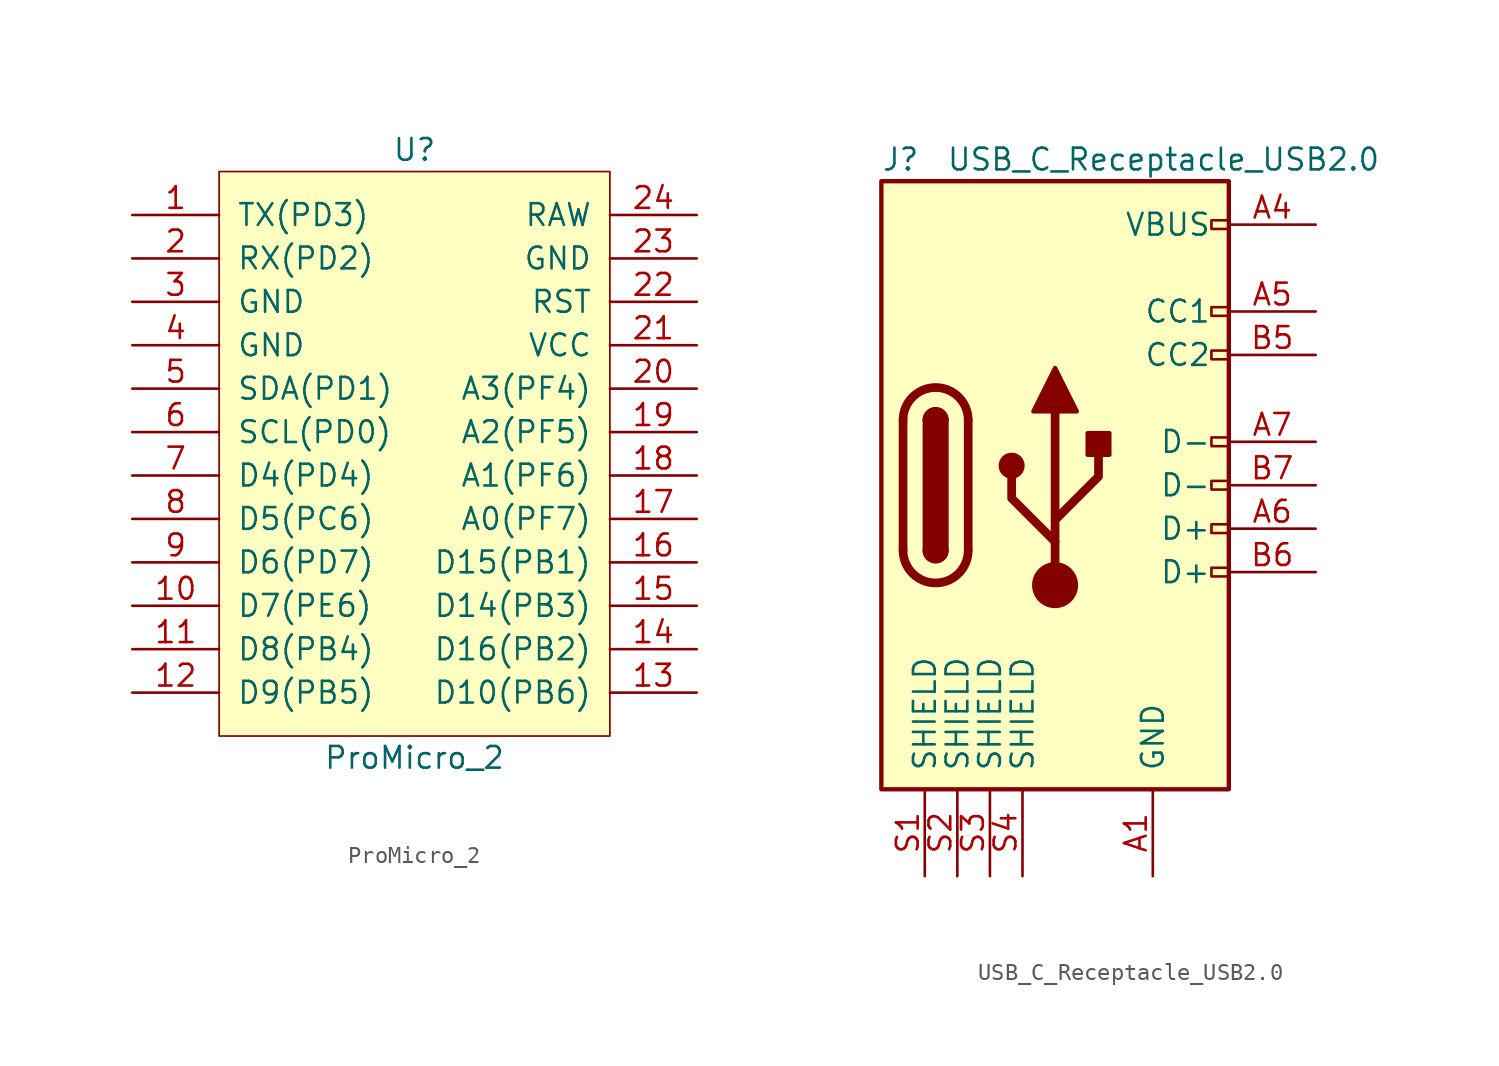
<source format=kicad_sym>
(kicad_symbol_lib
  (version 20201005)
  (generator kicad_symbol_editor)
  (symbol "mikoto:ProMicro_2"
    (pin_names
      (offset 1.016))
    (property "Reference" "U"
      (at 0 17.78 0)
      (effects (font (size 1.27 1.27))))
    (property "Value" "ProMicro_2"
      (at 0 -17.78 0)
      (effects (font (size 1.27 1.27))))
    (symbol "ProMicro_2_0_1"
      (rectangle (start -11.43 16.51) (end 11.43 -16.51) (stroke (width 0.1)) (fill (type background))))
    (symbol "ProMicro_2_1_1"
      (pin input line (at -16.51 13.97 0) (length 5.08) (name "TX(PD3)" (effects (font (size 1.27 1.27)))) (number "1" (effects (font (size 1.27 1.27)))))
      (pin input line (at -16.51 -8.89 0) (length 5.08) (name "D7(PE6)" (effects (font (size 1.27 1.27)))) (number "10" (effects (font (size 1.27 1.27)))))
      (pin input line (at -16.51 -11.43 0) (length 5.08) (name "D8(PB4)" (effects (font (size 1.27 1.27)))) (number "11" (effects (font (size 1.27 1.27)))))
      (pin input line (at -16.51 -13.97 0) (length 5.08) (name "D9(PB5)" (effects (font (size 1.27 1.27)))) (number "12" (effects (font (size 1.27 1.27)))))
      (pin input line (at 16.51 -13.97 180) (length 5.08) (name "D10(PB6)" (effects (font (size 1.27 1.27)))) (number "13" (effects (font (size 1.27 1.27)))))
      (pin input line (at 16.51 -11.43 180) (length 5.08) (name "D16(PB2)" (effects (font (size 1.27 1.27)))) (number "14" (effects (font (size 1.27 1.27)))))
      (pin input line (at 16.51 -8.89 180) (length 5.08) (name "D14(PB3)" (effects (font (size 1.27 1.27)))) (number "15" (effects (font (size 1.27 1.27)))))
      (pin input line (at 16.51 -6.35 180) (length 5.08) (name "D15(PB1)" (effects (font (size 1.27 1.27)))) (number "16" (effects (font (size 1.27 1.27)))))
      (pin input line (at 16.51 -3.81 180) (length 5.08) (name "A0(PF7)" (effects (font (size 1.27 1.27)))) (number "17" (effects (font (size 1.27 1.27)))))
      (pin input line (at 16.51 -1.27 180) (length 5.08) (name "A1(PF6)" (effects (font (size 1.27 1.27)))) (number "18" (effects (font (size 1.27 1.27)))))
      (pin input line (at 16.51 1.27 180) (length 5.08) (name "A2(PF5)" (effects (font (size 1.27 1.27)))) (number "19" (effects (font (size 1.27 1.27)))))
      (pin input line (at -16.51 11.43 0) (length 5.08) (name "RX(PD2)" (effects (font (size 1.27 1.27)))) (number "2" (effects (font (size 1.27 1.27)))))
      (pin input line (at 16.51 3.81 180) (length 5.08) (name "A3(PF4)" (effects (font (size 1.27 1.27)))) (number "20" (effects (font (size 1.27 1.27)))))
      (pin input line (at 16.51 6.35 180) (length 5.08) (name "VCC" (effects (font (size 1.27 1.27)))) (number "21" (effects (font (size 1.27 1.27)))))
      (pin input line (at 16.51 8.89 180) (length 5.08) (name "RST" (effects (font (size 1.27 1.27)))) (number "22" (effects (font (size 1.27 1.27)))))
      (pin input line (at 16.51 11.43 180) (length 5.08) (name "GND" (effects (font (size 1.27 1.27)))) (number "23" (effects (font (size 1.27 1.27)))))
      (pin input line (at 16.51 13.97 180) (length 5.08) (name "RAW" (effects (font (size 1.27 1.27)))) (number "24" (effects (font (size 1.27 1.27)))))
      (pin input line (at -16.51 8.89 0) (length 5.08) (name "GND" (effects (font (size 1.27 1.27)))) (number "3" (effects (font (size 1.27 1.27)))))
      (pin input line (at -16.51 6.35 0) (length 5.08) (name "GND" (effects (font (size 1.27 1.27)))) (number "4" (effects (font (size 1.27 1.27)))))
      (pin input line (at -16.51 3.81 0) (length 5.08) (name "SDA(PD1)" (effects (font (size 1.27 1.27)))) (number "5" (effects (font (size 1.27 1.27)))))
      (pin input line (at -16.51 1.27 0) (length 5.08) (name "SCL(PD0)" (effects (font (size 1.27 1.27)))) (number "6" (effects (font (size 1.27 1.27)))))
      (pin input line (at -16.51 -1.27 0) (length 5.08) (name "D4(PD4)" (effects (font (size 1.27 1.27)))) (number "7" (effects (font (size 1.27 1.27)))))
      (pin input line (at -16.51 -3.81 0) (length 5.08) (name "D5(PC6)" (effects (font (size 1.27 1.27)))) (number "8" (effects (font (size 1.27 1.27)))))
      (pin input line (at -16.51 -6.35 0) (length 5.08) (name "D6(PD7)" (effects (font (size 1.27 1.27)))) (number "9" (effects (font (size 1.27 1.27)))))))
  (symbol "mikoto:USB_C_Receptacle_USB2.0"
    (pin_names
      (offset 1.016))
    (property "Reference" "J"
      (at -10.16 19.05 0)
      (effects (font (size 1.27 1.27)) (justify left)))
    (property "Value" "USB_C_Receptacle_USB2.0"
      (at 19.05 19.05 0)
      (effects (font (size 1.27 1.27)) (justify right)))
    (symbol "USB_C_Receptacle_USB2.0_0_0"
      (rectangle (start 10.16 -4.826) (end 9.144 -5.334) (stroke (width 0)) (fill (type none)))
      (rectangle (start 10.16 -2.286) (end 9.144 -2.794) (stroke (width 0)) (fill (type none)))
      (rectangle (start 10.16 0.254) (end 9.144 -0.254) (stroke (width 0)) (fill (type none)))
      (rectangle (start 10.16 2.794) (end 9.144 2.286) (stroke (width 0)) (fill (type none)))
      (rectangle (start 10.16 7.874) (end 9.144 7.366) (stroke (width 0)) (fill (type none)))
      (rectangle (start 10.16 10.414) (end 9.144 9.906) (stroke (width 0)) (fill (type none)))
      (rectangle (start 10.16 15.494) (end 9.144 14.986) (stroke (width 0)) (fill (type none))))
    (symbol "USB_C_Receptacle_USB2.0_0_1"
      (arc (start -8.89 -3.81) (end -5.08 -3.81) (radius (at -6.985 -3.81) (length 1.905) (angles -179.9 -0.1)) (stroke (width 0.508)) (fill (type none)))
      (arc (start -7.62 -3.81) (end -6.35 -3.81) (radius (at -6.985 -3.81) (length 0.635) (angles -179.9 -0.1)) (stroke (width 0.254)) (fill (type none)))
      (arc (start -6.35 3.81) (end -7.62 3.81) (radius (at -6.985 3.81) (length 0.635) (angles 0.1 179.9)) (stroke (width 0.254)) (fill (type none)))
      (arc (start -5.08 3.81) (end -8.89 3.81) (radius (at -6.985 3.81) (length 1.905) (angles 0.1 179.9)) (stroke (width 0.508)) (fill (type none)))
      (arc (start -7.62 -3.81) (end -6.35 -3.81) (radius (at -6.985 -3.81) (length 0.635) (angles -179.9 -0.1)) (stroke (width 0.254)) (fill (type outline)))
      (arc (start -6.35 3.81) (end -7.62 3.81) (radius (at -6.985 3.81) (length 0.635) (angles 0.1 179.9)) (stroke (width 0.254)) (fill (type outline)))
      (circle (center -2.54 1.143) (radius 0.635) (stroke (width 0.254)) (fill (type outline)))
      (circle (center 0 -5.842) (radius 1.27) (stroke (width 0)) (fill (type outline)))
      (rectangle (start -7.62 -3.81) (end -6.35 3.81) (stroke (width 0.254)) (fill (type outline)))
      (rectangle (start 1.905 1.778) (end 3.175 3.048) (stroke (width 0.254)) (fill (type outline)))
      (rectangle (start -10.16 17.78) (end 10.16 -17.78) (stroke (width 0.254)) (fill (type background)))
      (polyline (pts (xy -8.89 -3.81) (xy -8.89 3.81)) (stroke (width 0.508)) (fill (type none)))
      (polyline (pts (xy -5.08 3.81) (xy -5.08 -3.81)) (stroke (width 0.508)) (fill (type none)))
      (polyline (pts (xy 0 -5.842) (xy 0 4.318)) (stroke (width 0.508)) (fill (type none)))
      (polyline (pts (xy 0 -3.302) (xy -2.54 -0.762) (xy -2.54 0.508)) (stroke (width 0.508)) (fill (type none)))
      (polyline (pts (xy 0 -2.032) (xy 2.54 0.508) (xy 2.54 1.778)) (stroke (width 0.508)) (fill (type none)))
      (polyline (pts (xy -1.27 4.318) (xy 0 6.858) (xy 1.27 4.318) (xy -1.27 4.318)) (stroke (width 0.254)) (fill (type outline))))
    (symbol "USB_C_Receptacle_USB2.0_1_1"
      (pin power_in line (at 5.715 -22.86 90) (length 5.08) (name "GND" (effects (font (size 1.27 1.27)))) (number "A1" (effects (font (size 1.27 1.27)))))
      (pin power_in line (at 15.24 15.24 180) (length 5.08) (name "VBUS" (effects (font (size 1.27 1.27)))) (number "A4" (effects (font (size 1.27 1.27)))))
      (pin bidirectional line (at 15.24 10.16 180) (length 5.08) (name "CC1" (effects (font (size 1.27 1.27)))) (number "A5" (effects (font (size 1.27 1.27)))))
      (pin bidirectional line (at 15.24 -2.54 180) (length 5.08) (name "D+" (effects (font (size 1.27 1.27)))) (number "A6" (effects (font (size 1.27 1.27)))))
      (pin bidirectional line (at 15.24 2.54 180) (length 5.08) (name "D-" (effects (font (size 1.27 1.27)))) (number "A7" (effects (font (size 1.27 1.27)))))
      (pin bidirectional line (at 15.24 7.62 180) (length 5.08) (name "CC2" (effects (font (size 1.27 1.27)))) (number "B5" (effects (font (size 1.27 1.27)))))
      (pin bidirectional line (at 15.24 -5.08 180) (length 5.08) (name "D+" (effects (font (size 1.27 1.27)))) (number "B6" (effects (font (size 1.27 1.27)))))
      (pin bidirectional line (at 15.24 0 180) (length 5.08) (name "D-" (effects (font (size 1.27 1.27)))) (number "B7" (effects (font (size 1.27 1.27)))))
      (pin passive line (at -7.62 -22.86 90) (length 5.08) (name "SHIELD" (effects (font (size 1.27 1.27)))) (number "S1" (effects (font (size 1.27 1.27)))))
      (pin passive line (at -5.715 -22.86 90) (length 5.08) (name "SHIELD" (effects (font (size 1.27 1.27)))) (number "S2" (effects (font (size 1.27 1.27)))))
      (pin passive line (at -3.81 -22.86 90) (length 5.08) (name "SHIELD" (effects (font (size 1.27 1.27)))) (number "S3" (effects (font (size 1.27 1.27)))))
      (pin passive line (at -1.905 -22.86 90) (length 5.08) (name "SHIELD" (effects (font (size 1.27 1.27)))) (number "S4" (effects (font (size 1.27 1.27))))))))
</source>
